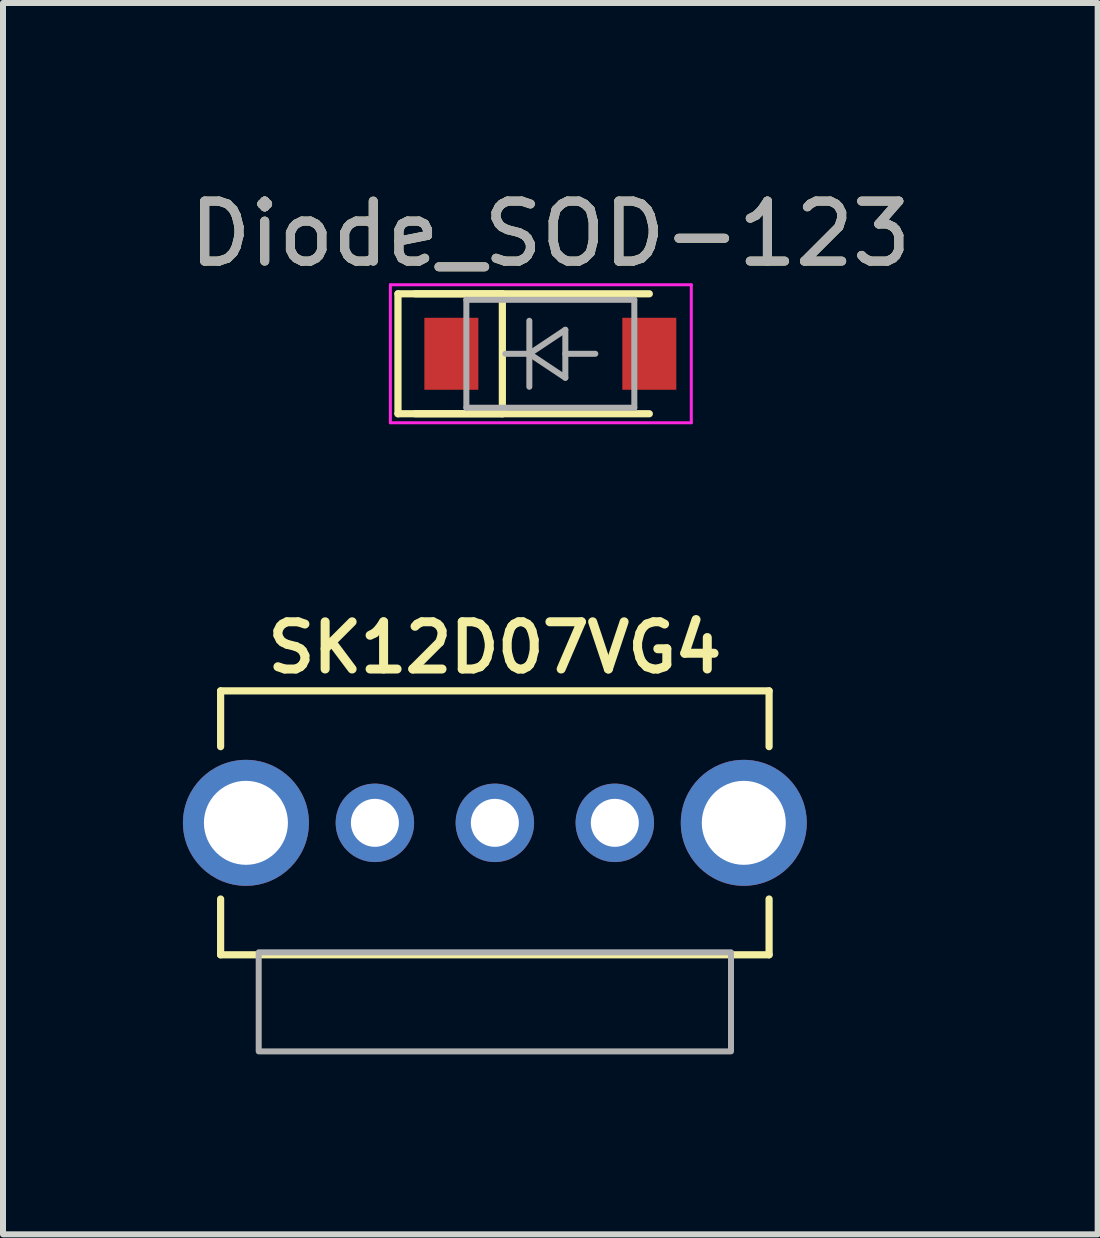
<source format=kicad_pcb>
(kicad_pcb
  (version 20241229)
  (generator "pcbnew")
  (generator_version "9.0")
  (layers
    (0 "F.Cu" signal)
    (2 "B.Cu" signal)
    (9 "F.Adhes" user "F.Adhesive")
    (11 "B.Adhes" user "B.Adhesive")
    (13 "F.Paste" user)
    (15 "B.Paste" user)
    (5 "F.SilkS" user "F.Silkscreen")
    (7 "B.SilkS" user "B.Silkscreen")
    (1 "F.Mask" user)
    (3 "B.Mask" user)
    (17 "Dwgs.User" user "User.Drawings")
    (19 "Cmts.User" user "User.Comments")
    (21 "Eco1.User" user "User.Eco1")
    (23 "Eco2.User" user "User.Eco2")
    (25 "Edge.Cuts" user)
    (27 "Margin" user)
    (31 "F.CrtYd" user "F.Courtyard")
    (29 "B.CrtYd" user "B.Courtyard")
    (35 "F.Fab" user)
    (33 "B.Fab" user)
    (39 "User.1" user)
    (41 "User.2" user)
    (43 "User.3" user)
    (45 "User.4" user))
  (footprint "SK12D07VG4"
    (layer "F.Cu")
    (at 5.2 10.668)
    (property "Reference" "SK12D07VG4" (at 0 -2.921 0) (layer "F.SilkS") (effects (font (size 0.787 0.787) (thickness 0.15))))
    (attr through_hole)
    (fp_line (start -4.572 -2.2) (end 4.572 -2.2) (stroke (width 0.12) (type solid)) (layer "F.SilkS"))
    (fp_line (start -4.572 -1.27) (end -4.572 -2.2) (stroke (width 0.12) (type solid)) (layer "F.SilkS"))
    (fp_line (start -4.572 2.2) (end -4.572 1.27) (stroke (width 0.12) (type solid)) (layer "F.SilkS"))
    (fp_line (start 4.572 -2.2) (end 4.572 -1.27) (stroke (width 0.12) (type solid)) (layer "F.SilkS"))
    (fp_line (start 4.572 2.2) (end -4.572 2.2) (stroke (width 0.12) (type solid)) (layer "F.SilkS"))
    (fp_line (start 4.572 2.2) (end 4.572 1.27) (stroke (width 0.12) (type solid)) (layer "F.SilkS"))
    (fp_rect (start -3.937 2.159) (end 3.937 3.81) (stroke (width 0.1) (type solid)) (fill no) (layer "F.Fab"))
    (pad "1" thru_hole circle (at -2 0) (size 1.308 1.308) (drill 0.8) (layers "*.Cu" "*.Mask"))
    (pad "2" thru_hole circle (at 0 0) (size 1.308 1.308) (drill 0.8) (layers "*.Cu" "*.Mask"))
    (pad "3" thru_hole circle (at 2 0) (size 1.308 1.308) (drill 0.8) (layers "*.Cu" "*.Mask"))
    (pad "M1" thru_hole circle (at -4.15 0) (size 2.1 2.1) (drill 1.4) (layers "*.Cu" "*.Mask"))
    (pad "M2" thru_hole circle (at 4.15 0) (size 2.1 2.1) (drill 1.4) (layers "*.Cu" "*.Mask")))
  (footprint "Diode_SOD-123"
    (layer "F.Cu")
    (at 6.125 2.848)
    (property "Reference" "Diode_SOD-123" (at 0 -2 0) (layer "F.SilkS") (effects (font (size 1 1) (thickness 0.15))))
    (attr smd)
    (fp_line (start -2.54 -1) (end -2.54 1) (stroke (width 0.12) (type solid)) (layer "F.SilkS"))
    (fp_line (start -2.54 -1) (end -0.8 -1) (stroke (width 0.12) (type solid)) (layer "F.SilkS"))
    (fp_line (start -2.25 -1) (end 1.65 -1) (stroke (width 0.12) (type solid)) (layer "F.SilkS"))
    (fp_line (start -2.25 1) (end 1.65 1) (stroke (width 0.12) (type solid)) (layer "F.SilkS"))
    (fp_line (start -0.8 -1) (end -0.8 1) (stroke (width 0.12) (type solid)) (layer "F.SilkS"))
    (fp_line (start -0.8 1) (end -2.54 1) (stroke (width 0.12) (type solid)) (layer "F.SilkS"))
    (fp_line (start -2.667 -1.15) (end -2.667 1.15) (stroke (width 0.05) (type solid)) (layer "F.CrtYd"))
    (fp_line (start -2.667 -1.15) (end 2.35 -1.15) (stroke (width 0.05) (type solid)) (layer "F.CrtYd"))
    (fp_line (start -2.667 1.15) (end 2.35 1.15) (stroke (width 0.05) (type solid)) (layer "F.CrtYd"))
    (fp_line (start 2.35 -1.15) (end 2.35 1.15) (stroke (width 0.05) (type solid)) (layer "F.CrtYd"))
    (fp_line (start -1.4 -0.9) (end 1.4 -0.9) (stroke (width 0.1) (type solid)) (layer "F.Fab"))
    (fp_line (start -1.4 0.9) (end -1.4 -0.9) (stroke (width 0.1) (type solid)) (layer "F.Fab"))
    (fp_line (start -0.75 0) (end -0.35 0) (stroke (width 0.1) (type solid)) (layer "F.Fab"))
    (fp_line (start -0.35 0) (end -0.35 -0.55) (stroke (width 0.1) (type solid)) (layer "F.Fab"))
    (fp_line (start -0.35 0) (end -0.35 0.55) (stroke (width 0.1) (type solid)) (layer "F.Fab"))
    (fp_line (start -0.35 0) (end 0.25 -0.4) (stroke (width 0.1) (type solid)) (layer "F.Fab"))
    (fp_line (start 0.25 -0.4) (end 0.25 0.4) (stroke (width 0.1) (type solid)) (layer "F.Fab"))
    (fp_line (start 0.25 0) (end 0.75 0) (stroke (width 0.1) (type solid)) (layer "F.Fab"))
    (fp_line (start 0.25 0.4) (end -0.35 0) (stroke (width 0.1) (type solid)) (layer "F.Fab"))
    (fp_line (start 1.4 -0.9) (end 1.4 0.9) (stroke (width 0.1) (type solid)) (layer "F.Fab"))
    (fp_line (start 1.4 0.9) (end -1.4 0.9) (stroke (width 0.1) (type solid)) (layer "F.Fab"))
    (fp_text user "${REFERENCE}" (at 0 -2 0) (layer "F.Fab") (effects (font (size 1 1) (thickness 0.15))))
    (pad "1" smd rect (at -1.65 0) (size 0.9 1.2) (layers "F.Cu" "F.Mask" "F.Paste"))
    (pad "2" smd rect (at 1.65 0) (size 0.9 1.2) (layers "F.Cu" "F.Mask" "F.Paste")))
  (gr_rect
    (start -3 -3)
    (end 15.25 17.528)
    (stroke (width 0.1) (type default))
    (fill no)
    (layer "Edge.Cuts")))
</source>
